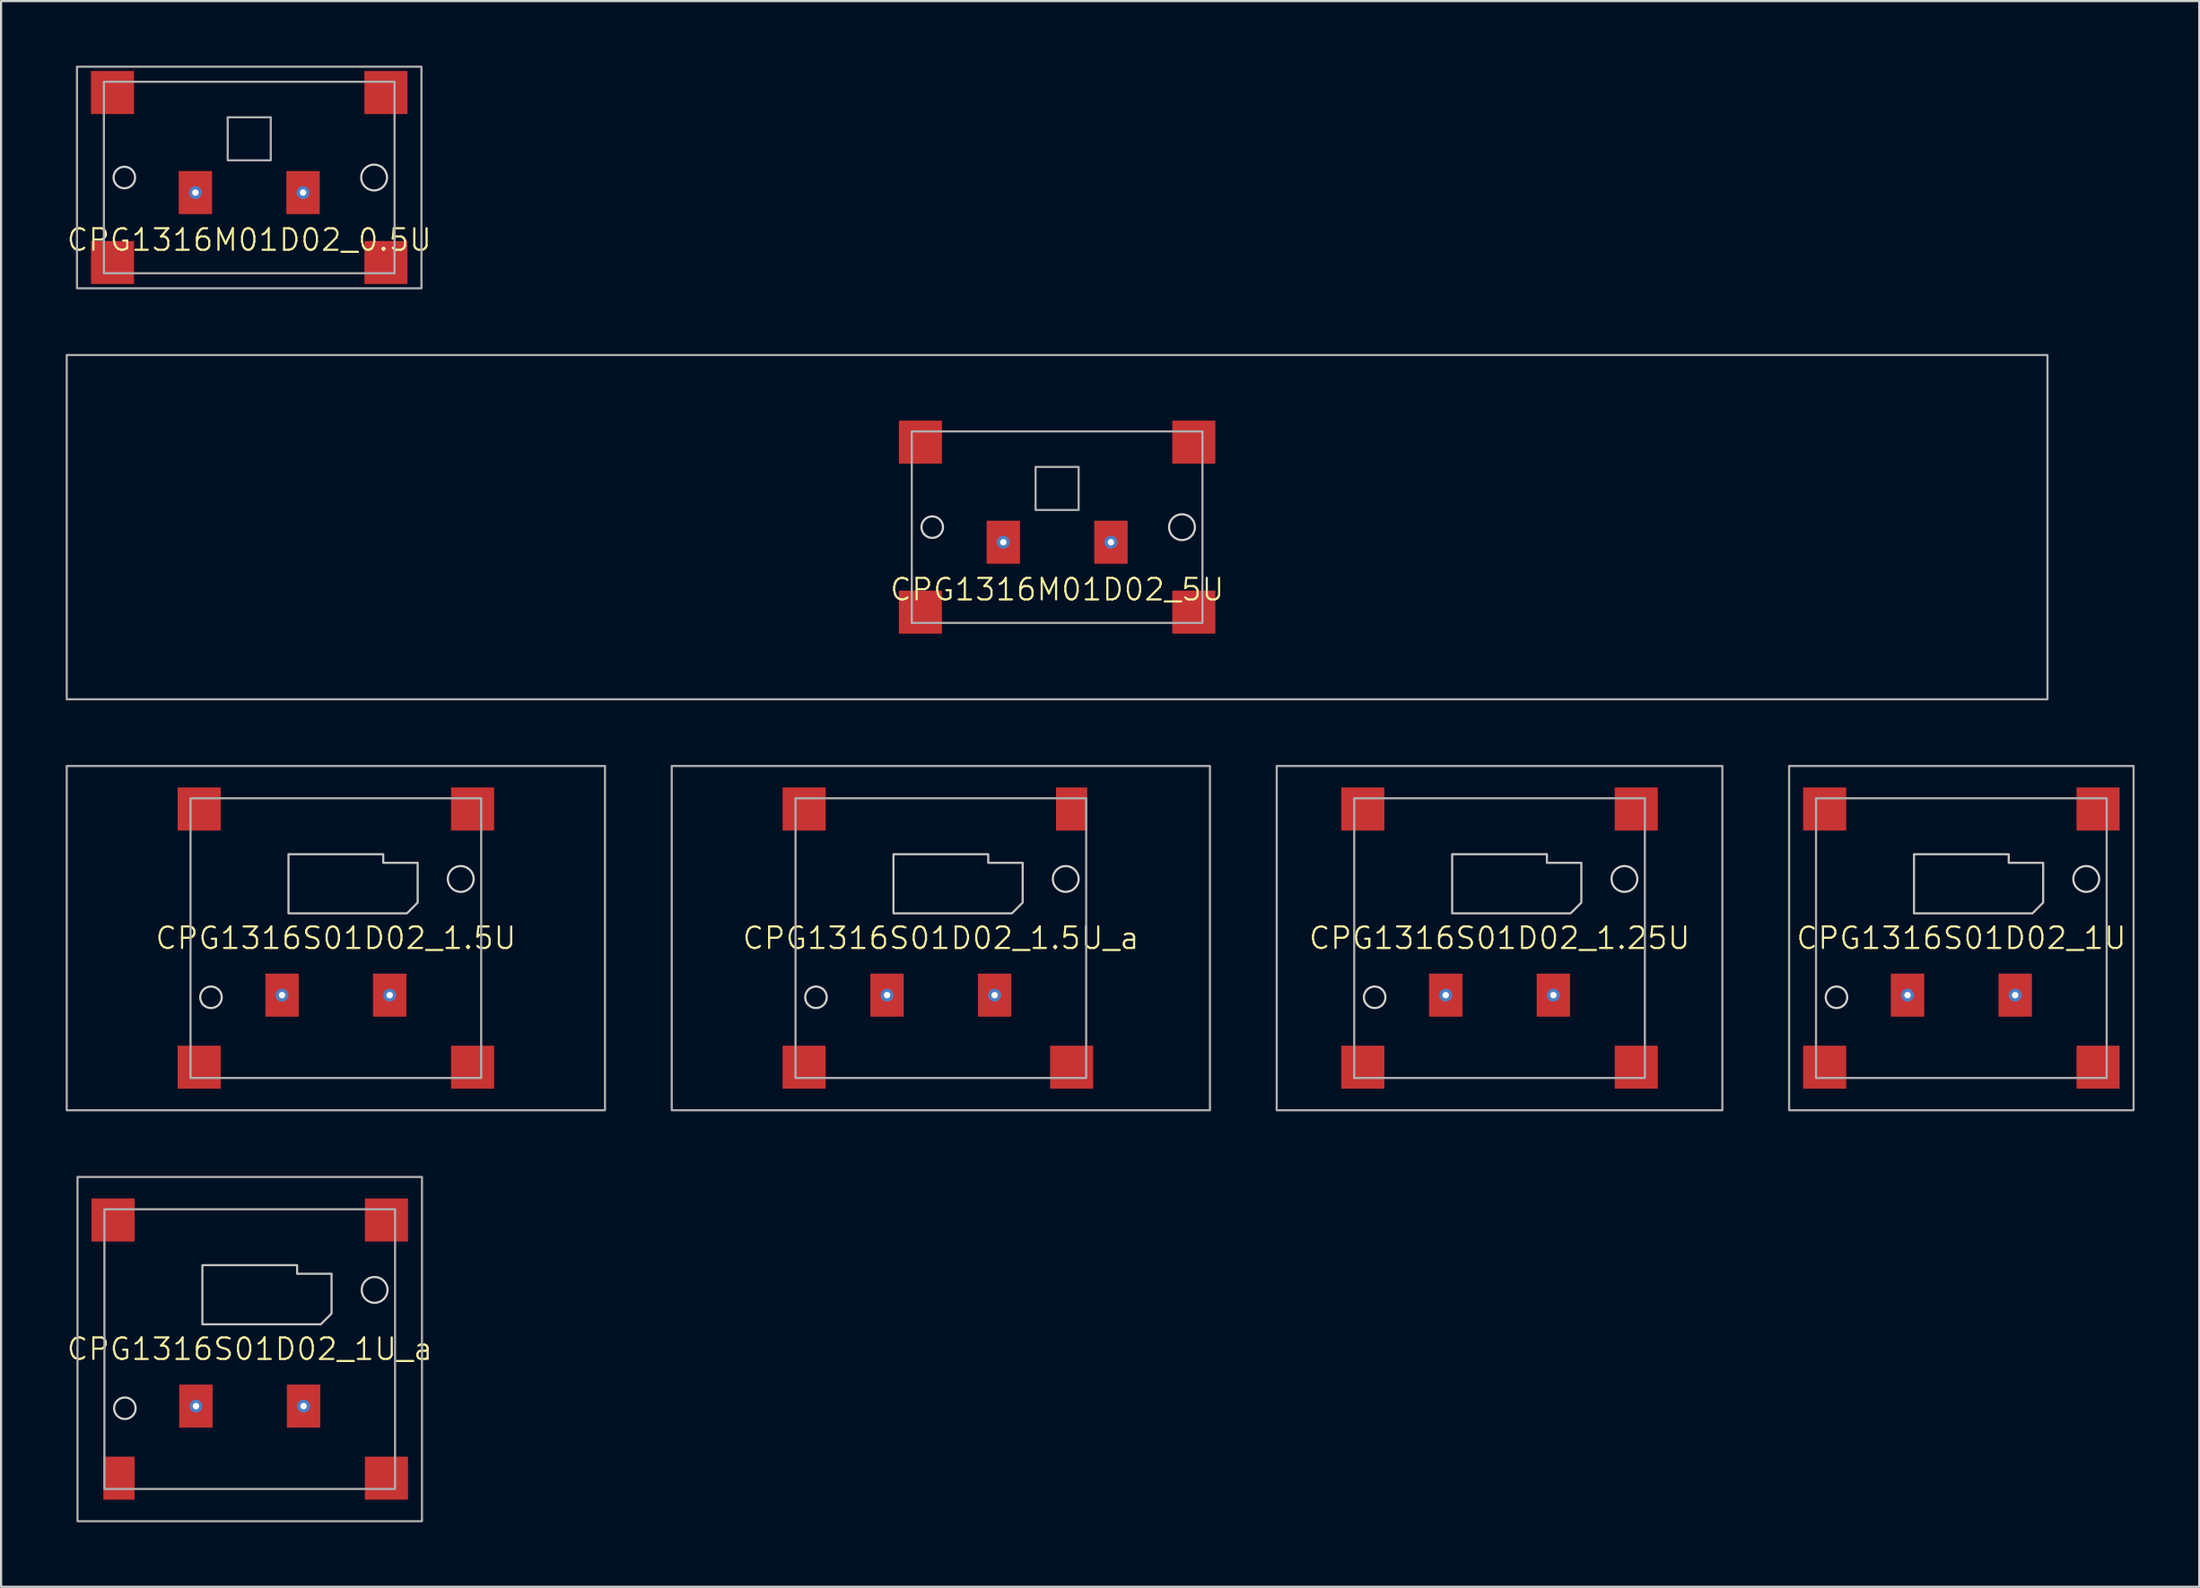
<source format=kicad_pcb>
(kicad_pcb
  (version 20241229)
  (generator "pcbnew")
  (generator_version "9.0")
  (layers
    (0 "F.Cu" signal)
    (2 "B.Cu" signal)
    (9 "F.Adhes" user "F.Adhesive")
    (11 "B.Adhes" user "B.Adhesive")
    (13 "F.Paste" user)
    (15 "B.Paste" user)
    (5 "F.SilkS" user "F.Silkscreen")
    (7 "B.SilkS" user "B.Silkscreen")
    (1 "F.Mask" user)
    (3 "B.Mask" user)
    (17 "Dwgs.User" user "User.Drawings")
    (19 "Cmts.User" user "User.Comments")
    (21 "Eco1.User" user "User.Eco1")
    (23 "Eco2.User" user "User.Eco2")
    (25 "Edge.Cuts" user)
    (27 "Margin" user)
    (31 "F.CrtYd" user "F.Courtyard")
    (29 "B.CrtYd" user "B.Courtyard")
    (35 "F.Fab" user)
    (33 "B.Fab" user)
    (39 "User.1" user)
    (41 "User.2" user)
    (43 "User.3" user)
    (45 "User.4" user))
  (footprint "CPG1316S01D02_1U_a"
    (layer "F.Cu")
    (at 8.55 59.65)
    (property "Reference" "CPG1316S01D02_1U_a" (at 0 0 0) (unlocked yes) (layer "F.SilkS") (effects (font (size 1 1) (thickness 0.1))))
    (attr smd)
    (fp_poly (pts (xy 3.8 -3.5) (xy 3.8 -1.65) (xy 3.3 -1.15) (xy -2.2 -1.15) (xy -2.2 -3.9) (xy 2.2 -3.9) (xy 2.2 -3.5)) (stroke (width 0.1) (type solid)) (fill no) (layer "Dwgs.User"))
    (fp_circle (center -5.8 2.75) (end -5.3 2.75) (stroke (width 0.1) (type default)) (fill no) (layer "Edge.Cuts"))
    (fp_circle (center 5.8 -2.75) (end 6.4 -2.75) (stroke (width 0.1) (type default)) (fill no) (layer "Edge.Cuts"))
    (fp_rect (start -8 8) (end 8 -8) (stroke (width 0.1) (type default)) (fill no) (layer "F.Fab"))
    (fp_rect (start -6.75 -6.5) (end 6.75 6.5) (stroke (width 0.1) (type default)) (fill no) (layer "F.Fab"))
    (pad "1" thru_hole circle (at -2.5 2.65) (size 0.6 0.6) (drill 0.3) (property pad_prop_heatsink) (layers "*.Cu" "F.Mask" "F.Paste"))
    (pad "1" smd rect (at -2.5 2.65) (size 1.55 2) (layers "F.Cu" "F.Mask" "F.Paste"))
    (pad "2" thru_hole circle (at 2.5 2.65) (size 0.6 0.6) (drill 0.3) (property pad_prop_heatsink) (layers "*.Cu" "F.Mask" "F.Paste"))
    (pad "2" smd rect (at 2.5 2.65) (size 1.55 2) (layers "F.Cu" "F.Mask" "F.Paste"))
    (pad "3" smd rect (at -6.35 -6) (size 2 2) (layers "F.Cu" "F.Mask" "F.Paste"))
    (pad "3" smd rect (at -6.075 6) (size 1.45 2) (layers "F.Cu" "F.Mask" "F.Paste"))
    (pad "3" smd rect (at 6.35 -6) (size 2 2) (layers "F.Cu" "F.Mask" "F.Paste"))
    (pad "3" smd rect (at 6.35 6) (size 2 2) (layers "F.Cu" "F.Mask" "F.Paste")))
  (footprint "CPG1316S01D02_1.25U"
    (layer "F.Cu")
    (at 66.6 40.55)
    (property "Reference" "CPG1316S01D02_1.25U" (at 0 0 0) (unlocked yes) (layer "F.SilkS") (effects (font (size 1 1) (thickness 0.1))))
    (attr smd)
    (fp_poly (pts (xy 3.8 -3.5) (xy 3.8 -1.65) (xy 3.3 -1.15) (xy -2.2 -1.15) (xy -2.2 -3.9) (xy 2.2 -3.9) (xy 2.2 -3.5)) (stroke (width 0.1) (type solid)) (fill no) (layer "Dwgs.User"))
    (fp_circle (center -5.8 2.75) (end -5.3 2.75) (stroke (width 0.1) (type default)) (fill no) (layer "Edge.Cuts"))
    (fp_circle (center 5.8 -2.75) (end 6.4 -2.75) (stroke (width 0.1) (type default)) (fill no) (layer "Edge.Cuts"))
    (fp_rect (start -10.35 8) (end 10.35 -8) (stroke (width 0.1) (type default)) (fill no) (layer "F.Fab"))
    (fp_rect (start -6.75 -6.5) (end 6.75 6.5) (stroke (width 0.1) (type default)) (fill no) (layer "F.Fab"))
    (pad "1" thru_hole circle (at -2.5 2.65) (size 0.6 0.6) (drill 0.3) (property pad_prop_heatsink) (layers "*.Cu" "F.Mask" "F.Paste"))
    (pad "1" smd rect (at -2.5 2.65) (size 1.55 2) (layers "F.Cu" "F.Mask" "F.Paste"))
    (pad "2" thru_hole circle (at 2.5 2.65) (size 0.6 0.6) (drill 0.3) (property pad_prop_heatsink) (layers "*.Cu" "F.Mask" "F.Paste"))
    (pad "2" smd rect (at 2.5 2.65) (size 1.55 2) (layers "F.Cu" "F.Mask" "F.Paste"))
    (pad "3" smd rect (at -6.35 -6) (size 2 2) (layers "F.Cu" "F.Mask" "F.Paste"))
    (pad "3" smd rect (at -6.35 6) (size 2 2) (layers "F.Cu" "F.Mask" "F.Paste"))
    (pad "3" smd rect (at 6.35 -6) (size 2 2) (layers "F.Cu" "F.Mask" "F.Paste"))
    (pad "3" smd rect (at 6.35 6) (size 2 2) (layers "F.Cu" "F.Mask" "F.Paste")))
  (footprint "CPG1316M01D02_0.5U"
    (layer "F.Cu")
    (at 8.526 5.2)
    (property "Reference" "CPG1316M01D02_0.5U" (at 0 2.9 0) (unlocked yes) (layer "F.SilkS") (effects (font (size 1 1) (thickness 0.1))))
    (attr smd)
    (fp_circle (center -5.8 0) (end -5.3 0) (stroke (width 0.1) (type default)) (fill no) (layer "Edge.Cuts"))
    (fp_circle (center 5.8 0) (end 6.4 0) (stroke (width 0.1) (type default)) (fill no) (layer "Edge.Cuts"))
    (fp_rect (start -8 -5.15) (end 8 5.15) (stroke (width 0.1) (type default)) (fill no) (layer "F.Fab"))
    (fp_rect (start -6.75 -4.45) (end 6.75 4.45) (stroke (width 0.1) (type default)) (fill no) (layer "F.Fab"))
    (fp_rect (start -1 -2.8) (end 1 -0.8) (stroke (width 0.1) (type default)) (fill no) (layer "F.Fab"))
    (pad "1" thru_hole circle (at -2.5 0.7) (size 0.6 0.6) (drill 0.3) (layers "*.Cu" "F.Mask" "F.Paste"))
    (pad "1" smd rect (at -2.5 0.7) (size 1.55 2) (layers "F.Cu" "F.Mask" "F.Paste"))
    (pad "2" thru_hole circle (at 2.5 0.7) (size 0.6 0.6) (drill 0.3) (layers "*.Cu" "F.Mask" "F.Paste"))
    (pad "2" smd rect (at 2.5 0.7) (size 1.55 2) (layers "F.Cu" "F.Mask" "F.Paste"))
    (pad "3" smd rect (at -6.35 -3.95) (size 2 2) (layers "F.Cu" "F.Mask" "F.Paste"))
    (pad "3" smd rect (at -6.35 3.95) (size 2 2) (layers "F.Cu" "F.Mask" "F.Paste"))
    (pad "3" smd rect (at 6.35 -3.95) (size 2 2) (layers "F.Cu" "F.Mask" "F.Paste"))
    (pad "3" smd rect (at 6.35 3.95) (size 2 2) (layers "F.Cu" "F.Mask" "F.Paste")))
  (footprint "CPG1316S01D02_1U"
    (layer "F.Cu")
    (at 88.05 40.55)
    (property "Reference" "CPG1316S01D02_1U" (at 0 0 0) (unlocked yes) (layer "F.SilkS") (effects (font (size 1 1) (thickness 0.1))))
    (attr smd)
    (fp_poly (pts (xy 3.8 -3.5) (xy 3.8 -1.65) (xy 3.3 -1.15) (xy -2.2 -1.15) (xy -2.2 -3.9) (xy 2.2 -3.9) (xy 2.2 -3.5)) (stroke (width 0.1) (type solid)) (fill no) (layer "Dwgs.User"))
    (fp_circle (center -5.8 2.75) (end -5.3 2.75) (stroke (width 0.1) (type default)) (fill no) (layer "Edge.Cuts"))
    (fp_circle (center 5.8 -2.75) (end 6.4 -2.75) (stroke (width 0.1) (type default)) (fill no) (layer "Edge.Cuts"))
    (fp_rect (start -8 8) (end 8 -8) (stroke (width 0.1) (type default)) (fill no) (layer "F.Fab"))
    (fp_rect (start -6.75 -6.5) (end 6.75 6.5) (stroke (width 0.1) (type default)) (fill no) (layer "F.Fab"))
    (pad "1" thru_hole circle (at -2.5 2.65) (size 0.6 0.6) (drill 0.3) (property pad_prop_heatsink) (layers "*.Cu" "F.Mask" "F.Paste"))
    (pad "1" smd rect (at -2.5 2.65) (size 1.55 2) (layers "F.Cu" "F.Mask" "F.Paste"))
    (pad "2" thru_hole circle (at 2.5 2.65) (size 0.6 0.6) (drill 0.3) (property pad_prop_heatsink) (layers "*.Cu" "F.Mask" "F.Paste"))
    (pad "2" smd rect (at 2.5 2.65) (size 1.55 2) (layers "F.Cu" "F.Mask" "F.Paste"))
    (pad "3" smd rect (at -6.35 -6) (size 2 2) (layers "F.Cu" "F.Mask" "F.Paste"))
    (pad "3" smd rect (at -6.35 6) (size 2 2) (layers "F.Cu" "F.Mask" "F.Paste"))
    (pad "3" smd rect (at 6.35 -6) (size 2 2) (layers "F.Cu" "F.Mask" "F.Paste"))
    (pad "3" smd rect (at 6.35 6) (size 2 2) (layers "F.Cu" "F.Mask" "F.Paste")))
  (footprint "CPG1316M01D02_5U"
    (layer "F.Cu")
    (at 46.05 21.45)
    (property "Reference" "CPG1316M01D02_5U" (at 0 2.9 0) (unlocked yes) (layer "F.SilkS") (effects (font (size 1 1) (thickness 0.1))))
    (attr smd)
    (fp_circle (center -5.8 0) (end -5.3 0) (stroke (width 0.1) (type default)) (fill no) (layer "Edge.Cuts"))
    (fp_circle (center 5.8 0) (end 6.4 0) (stroke (width 0.1) (type default)) (fill no) (layer "Edge.Cuts"))
    (fp_rect (start -46 -8) (end 46 8) (stroke (width 0.1) (type default)) (fill no) (layer "F.Fab"))
    (fp_rect (start -6.75 -4.45) (end 6.75 4.45) (stroke (width 0.1) (type default)) (fill no) (layer "F.Fab"))
    (fp_rect (start -1 -2.8) (end 1 -0.8) (stroke (width 0.1) (type default)) (fill no) (layer "F.Fab"))
    (pad "1" thru_hole circle (at -2.5 0.7) (size 0.6 0.6) (drill 0.3) (layers "*.Cu" "F.Mask" "F.Paste"))
    (pad "1" smd rect (at -2.5 0.7) (size 1.55 2) (layers "F.Cu" "F.Mask" "F.Paste"))
    (pad "2" thru_hole circle (at 2.5 0.7) (size 0.6 0.6) (drill 0.3) (layers "*.Cu" "F.Mask" "F.Paste"))
    (pad "2" smd rect (at 2.5 0.7) (size 1.55 2) (layers "F.Cu" "F.Mask" "F.Paste"))
    (pad "3" smd rect (at -6.35 -3.95) (size 2 2) (layers "F.Cu" "F.Mask" "F.Paste"))
    (pad "3" smd rect (at -6.35 3.95) (size 2 2) (layers "F.Cu" "F.Mask" "F.Paste"))
    (pad "3" smd rect (at 6.35 -3.95) (size 2 2) (layers "F.Cu" "F.Mask" "F.Paste"))
    (pad "3" smd rect (at 6.35 3.95) (size 2 2) (layers "F.Cu" "F.Mask" "F.Paste")))
  (footprint "CPG1316S01D02_1.5U"
    (layer "F.Cu")
    (at 12.55 40.55)
    (property "Reference" "CPG1316S01D02_1.5U" (at 0 0 0) (unlocked yes) (layer "F.SilkS") (effects (font (size 1 1) (thickness 0.1))))
    (attr smd)
    (fp_poly (pts (xy 3.8 -3.5) (xy 3.8 -1.65) (xy 3.3 -1.15) (xy -2.2 -1.15) (xy -2.2 -3.9) (xy 2.2 -3.9) (xy 2.2 -3.5)) (stroke (width 0.1) (type solid)) (fill no) (layer "Dwgs.User"))
    (fp_circle (center -5.8 2.75) (end -5.3 2.75) (stroke (width 0.1) (type default)) (fill no) (layer "Edge.Cuts"))
    (fp_circle (center 5.8 -2.75) (end 6.4 -2.75) (stroke (width 0.1) (type default)) (fill no) (layer "Edge.Cuts"))
    (fp_rect (start -12.5 8) (end 12.5 -8) (stroke (width 0.1) (type default)) (fill no) (layer "F.Fab"))
    (fp_rect (start -6.75 -6.5) (end 6.75 6.5) (stroke (width 0.1) (type default)) (fill no) (layer "F.Fab"))
    (pad "1" thru_hole circle (at -2.5 2.65) (size 0.6 0.6) (drill 0.3) (property pad_prop_heatsink) (layers "*.Cu" "F.Mask" "F.Paste"))
    (pad "1" smd rect (at -2.5 2.65) (size 1.55 2) (layers "F.Cu" "F.Mask" "F.Paste"))
    (pad "2" thru_hole circle (at 2.5 2.65) (size 0.6 0.6) (drill 0.3) (property pad_prop_heatsink) (layers "*.Cu" "F.Mask" "F.Paste"))
    (pad "2" smd rect (at 2.5 2.65) (size 1.55 2) (layers "F.Cu" "F.Mask" "F.Paste"))
    (pad "3" smd rect (at -6.35 -6) (size 2 2) (layers "F.Cu" "F.Mask" "F.Paste"))
    (pad "3" smd rect (at -6.35 6) (size 2 2) (layers "F.Cu" "F.Mask" "F.Paste"))
    (pad "3" smd rect (at 6.35 -6) (size 2 2) (layers "F.Cu" "F.Mask" "F.Paste"))
    (pad "3" smd rect (at 6.35 6) (size 2 2) (layers "F.Cu" "F.Mask" "F.Paste")))
  (footprint "CPG1316S01D02_1.5U_a"
    (layer "F.Cu")
    (at 40.65 40.55)
    (property "Reference" "CPG1316S01D02_1.5U_a" (at 0 0 0) (unlocked yes) (layer "F.SilkS") (effects (font (size 1 1) (thickness 0.1))))
    (attr smd)
    (fp_poly (pts (xy 3.8 -3.5) (xy 3.8 -1.65) (xy 3.3 -1.15) (xy -2.2 -1.15) (xy -2.2 -3.9) (xy 2.2 -3.9) (xy 2.2 -3.5)) (stroke (width 0.1) (type solid)) (fill no) (layer "Dwgs.User"))
    (fp_circle (center -5.8 2.75) (end -5.3 2.75) (stroke (width 0.1) (type default)) (fill no) (layer "Edge.Cuts"))
    (fp_circle (center 5.8 -2.75) (end 6.4 -2.75) (stroke (width 0.1) (type default)) (fill no) (layer "Edge.Cuts"))
    (fp_rect (start -12.5 8) (end 12.5 -8) (stroke (width 0.1) (type default)) (fill no) (layer "F.Fab"))
    (fp_rect (start -6.75 -6.5) (end 6.75 6.5) (stroke (width 0.1) (type default)) (fill no) (layer "F.Fab"))
    (pad "1" thru_hole circle (at -2.5 2.65) (size 0.6 0.6) (drill 0.3) (property pad_prop_heatsink) (layers "*.Cu" "F.Mask" "F.Paste"))
    (pad "1" smd rect (at -2.5 2.65) (size 1.55 2) (layers "F.Cu" "F.Mask" "F.Paste"))
    (pad "2" thru_hole circle (at 2.5 2.65) (size 0.6 0.6) (drill 0.3) (property pad_prop_heatsink) (layers "*.Cu" "F.Mask" "F.Paste"))
    (pad "2" smd rect (at 2.5 2.65) (size 1.55 2) (layers "F.Cu" "F.Mask" "F.Paste"))
    (pad "3" smd rect (at -6.35 -6) (size 2 2) (layers "F.Cu" "F.Mask" "F.Paste"))
    (pad "3" smd rect (at -6.35 6) (size 2 2) (layers "F.Cu" "F.Mask" "F.Paste"))
    (pad "3" smd rect (at 6.075 -6) (size 1.45 2) (layers "F.Cu" "F.Mask" "F.Paste"))
    (pad "3" smd rect (at 6.075 6) (size 2 2) (layers "F.Cu" "F.Mask" "F.Paste")))
  (gr_rect
    (start -3 -3)
    (end 99.1 70.7)
    (stroke (width 0.1) (type default))
    (fill no)
    (layer "Edge.Cuts")))
</source>
